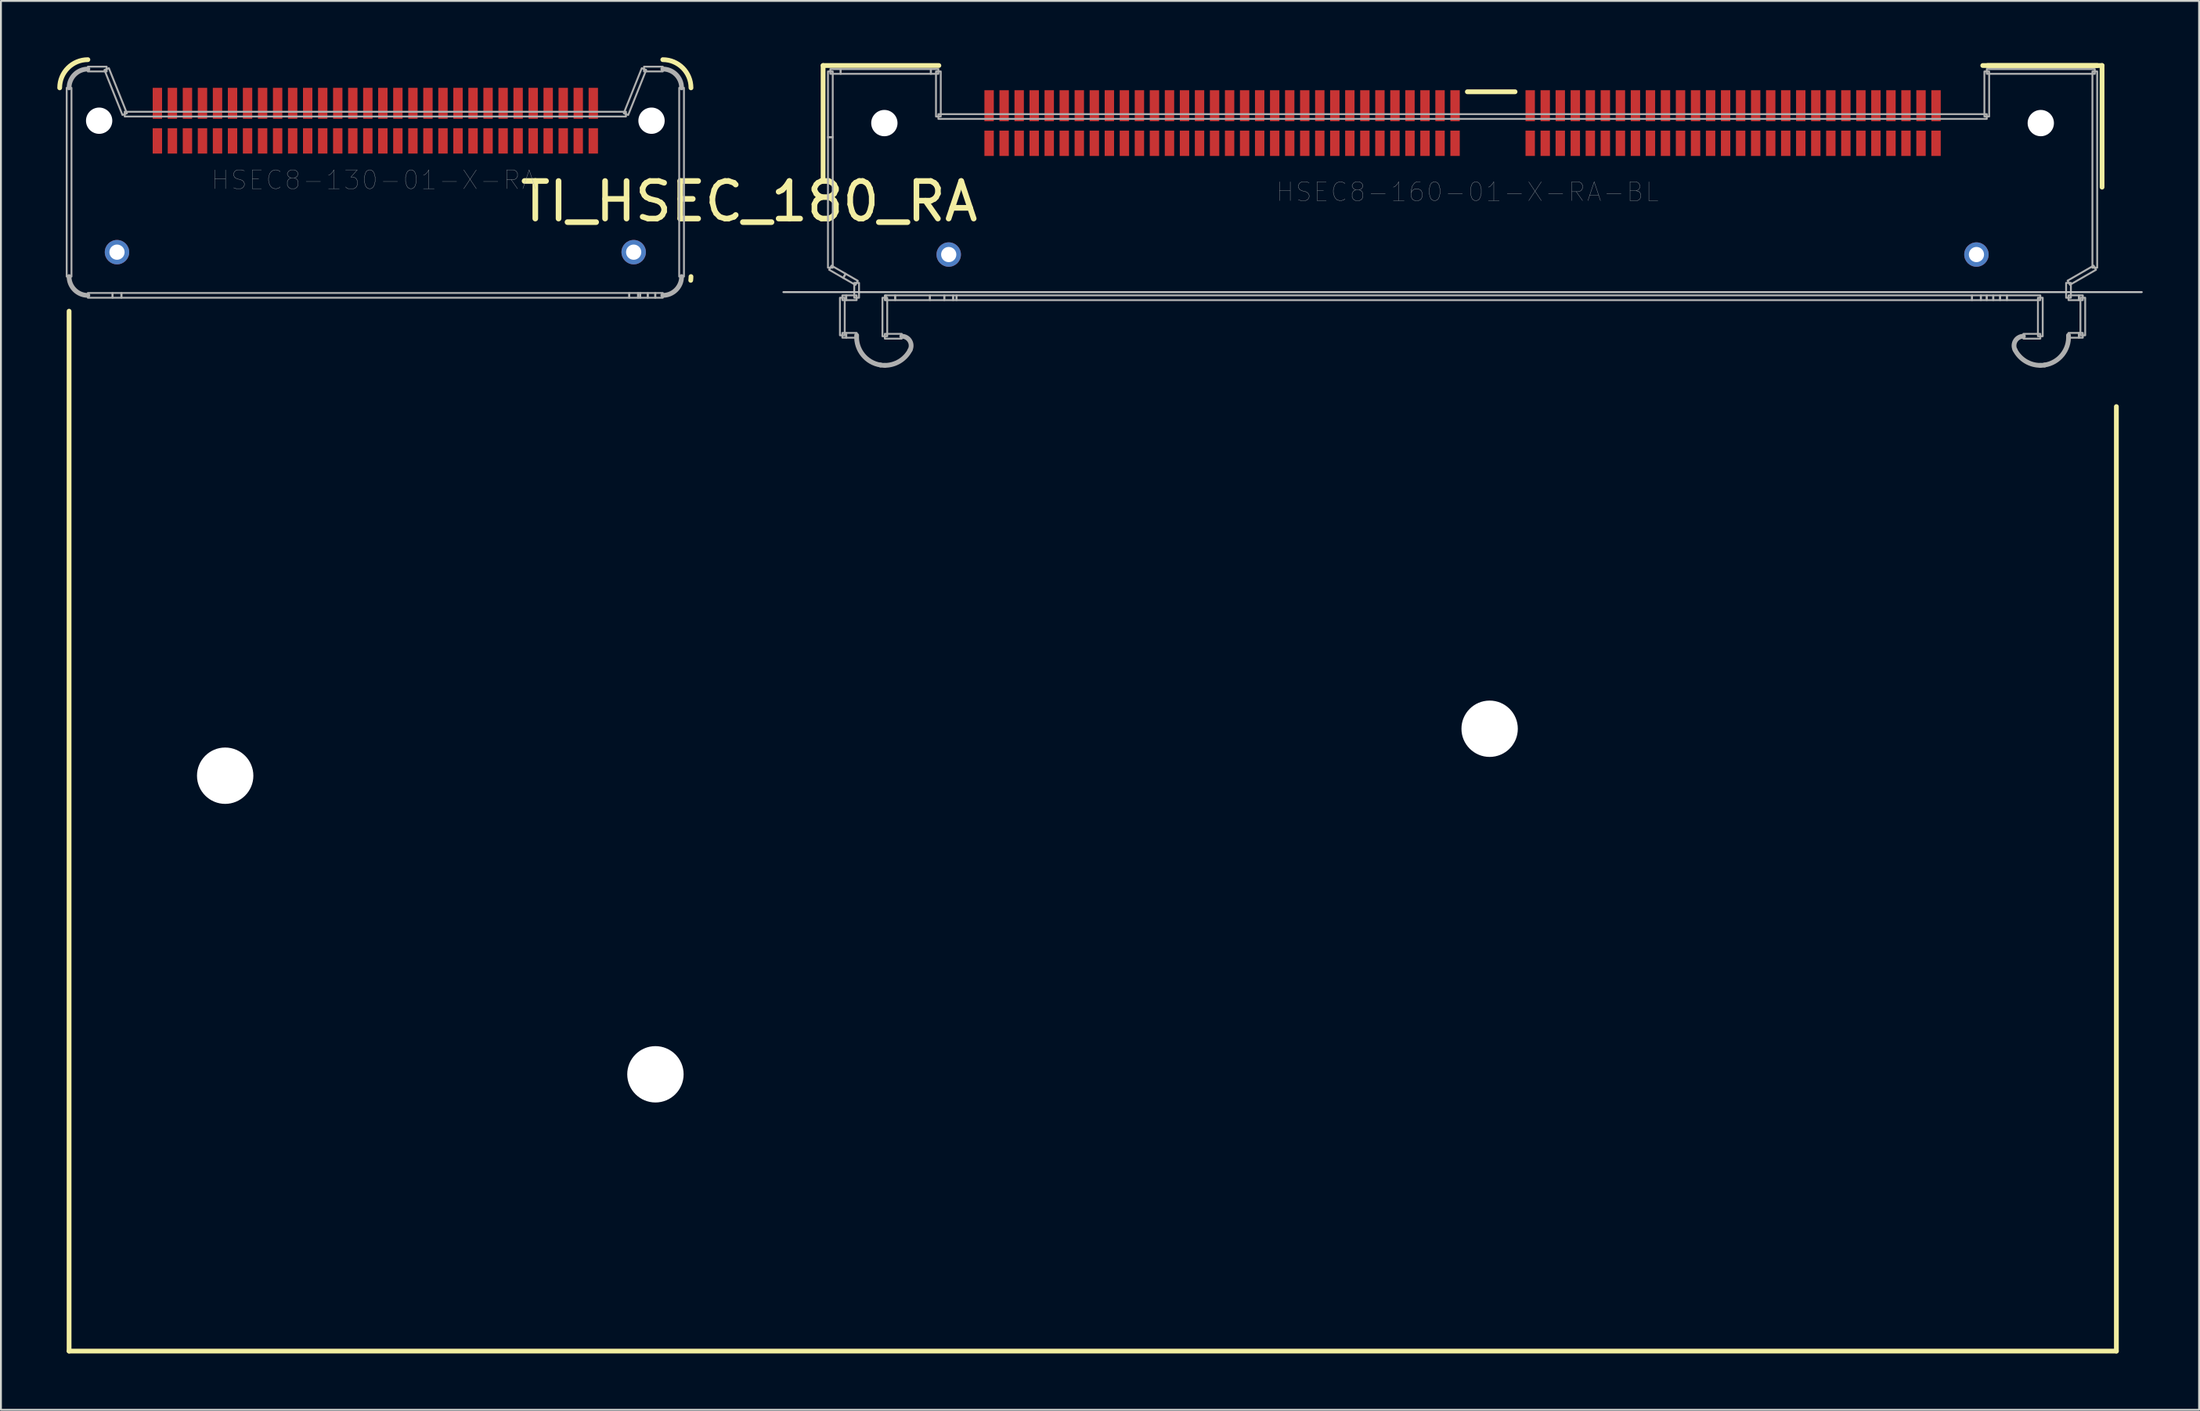
<source format=kicad_pcb>
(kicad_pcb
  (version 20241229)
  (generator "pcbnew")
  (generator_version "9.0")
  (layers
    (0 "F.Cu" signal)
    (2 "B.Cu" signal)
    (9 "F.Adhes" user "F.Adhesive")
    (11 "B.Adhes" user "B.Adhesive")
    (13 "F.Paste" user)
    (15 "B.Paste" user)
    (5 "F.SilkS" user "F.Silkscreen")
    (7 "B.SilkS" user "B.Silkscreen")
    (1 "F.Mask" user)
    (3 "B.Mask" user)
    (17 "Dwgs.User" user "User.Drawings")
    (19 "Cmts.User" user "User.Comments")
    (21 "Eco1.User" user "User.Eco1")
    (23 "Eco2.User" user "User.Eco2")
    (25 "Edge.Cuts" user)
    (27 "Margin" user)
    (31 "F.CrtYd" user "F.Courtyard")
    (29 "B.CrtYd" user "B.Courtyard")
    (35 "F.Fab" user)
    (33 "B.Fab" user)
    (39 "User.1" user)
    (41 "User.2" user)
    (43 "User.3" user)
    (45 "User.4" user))
  (footprint "TI_HSEC_180_RA"
    (layer "F.Cu")
    (at 74.795 12.504)
    (property "Reference" "TI_HSEC_180_RA" (at -37.973 -4.826 0) (layer "F.SilkS") (effects (font (size 2 2) (thickness 0.3))))
    (attr through_hole)
    (fp_line (start -74.168 1.016) (end -74.168 56.388) (stroke (width 0.254) (type solid)) (layer "F.SilkS"))
    (fp_line (start -74.168 56.388) (end 34.798 56.388) (stroke (width 0.254) (type solid)) (layer "F.SilkS"))
    (fp_line (start -34.036 -12.065) (end -27.874 -12.065) (stroke (width 0.254) (type solid)) (layer "F.SilkS"))
    (fp_line (start -34.036 -5.969) (end -34.036 -12.065) (stroke (width 0.254) (type solid)) (layer "F.SilkS"))
    (fp_line (start 0.254 -10.668) (end 2.794 -10.668) (stroke (width 0.254) (type solid)) (layer "F.SilkS"))
    (fp_line (start 27.686 -12.065) (end 33.782 -12.065) (stroke (width 0.254) (type solid)) (layer "F.SilkS"))
    (fp_line (start 27.94 -12.065) (end 34.036 -12.065) (stroke (width 0.254) (type solid)) (layer "F.SilkS"))
    (fp_line (start 34.036 -12.065) (end 34.036 -5.588) (stroke (width 0.254) (type solid)) (layer "F.SilkS"))
    (fp_line (start 34.798 6.096) (end 34.798 56.388) (stroke (width 0.254) (type solid)) (layer "F.SilkS"))
    (fp_arc (start -74.668 -10.877) (mid -74.22866 -11.93766) (end -73.168 -12.377) (stroke (width 0.254) (type solid)) (layer "F.SilkS"))
    (fp_arc (start -42.568 -12.377) (mid -41.50734 -11.93766) (end -41.068 -10.877) (stroke (width 0.254) (type solid)) (layer "F.SilkS"))
    (fp_arc (start -41.068 -0.827) (mid -41.071355 -0.726776) (end -41.0814 -0.627) (stroke (width 0.254) (type solid)) (layer "F.SilkS"))
    (fp_poly (pts (xy -72.253 -2.127) (xy -72.252 -2.16) (xy -72.25 -2.193) (xy -72.245 -2.226) (xy -72.239 -2.259) (xy -72.231 -2.291) (xy -72.222 -2.323) (xy -72.211 -2.355) (xy -72.198 -2.385) (xy -72.184 -2.415) (xy -72.168 -2.445) (xy -72.151 -2.473) (xy -72.132 -2.5) (xy -72.111 -2.527) (xy -72.09 -2.552) (xy -72.067 -2.576) (xy -72.043 -2.599) (xy -72.018 -2.62) (xy -71.991 -2.641) (xy -71.964 -2.66) (xy -71.936 -2.677) (xy -71.906 -2.693) (xy -71.876 -2.707) (xy -71.846 -2.72) (xy -71.814 -2.731) (xy -71.782 -2.74) (xy -71.75 -2.748) (xy -71.717 -2.754) (xy -71.684 -2.759) (xy -71.651 -2.761) (xy -71.618 -2.762) (xy -71.585 -2.761) (xy -71.552 -2.759) (xy -71.519 -2.754) (xy -71.486 -2.748) (xy -71.454 -2.74) (xy -71.422 -2.731) (xy -71.39 -2.72) (xy -71.36 -2.707) (xy -71.33 -2.693) (xy -71.3 -2.677) (xy -71.272 -2.66) (xy -71.245 -2.641) (xy -71.218 -2.62) (xy -71.193 -2.599) (xy -71.169 -2.576) (xy -71.146 -2.552) (xy -71.125 -2.527) (xy -71.104 -2.5) (xy -71.085 -2.473) (xy -71.068 -2.445) (xy -71.052 -2.415) (xy -71.038 -2.385) (xy -71.025 -2.355) (xy -71.014 -2.323) (xy -71.005 -2.291) (xy -70.997 -2.259) (xy -70.991 -2.226) (xy -70.986 -2.193) (xy -70.984 -2.16) (xy -70.983 -2.127) (xy -70.984 -2.094) (xy -70.986 -2.061) (xy -70.991 -2.028) (xy -70.997 -1.995) (xy -71.005 -1.963) (xy -71.014 -1.931) (xy -71.025 -1.899) (xy -71.038 -1.869) (xy -71.052 -1.839) (xy -71.068 -1.81) (xy -71.085 -1.781) (xy -71.104 -1.754) (xy -71.125 -1.727) (xy -71.146 -1.702) (xy -71.169 -1.678) (xy -71.193 -1.655) (xy -71.218 -1.634) (xy -71.245 -1.613) (xy -71.272 -1.594) (xy -71.3 -1.577) (xy -71.33 -1.561) (xy -71.36 -1.547) (xy -71.39 -1.534) (xy -71.422 -1.523) (xy -71.454 -1.514) (xy -71.486 -1.506) (xy -71.519 -1.5) (xy -71.552 -1.495) (xy -71.585 -1.493) (xy -71.618 -1.492) (xy -71.651 -1.493) (xy -71.684 -1.495) (xy -71.717 -1.5) (xy -71.75 -1.506) (xy -71.782 -1.514) (xy -71.814 -1.523) (xy -71.846 -1.534) (xy -71.876 -1.547) (xy -71.906 -1.561) (xy -71.936 -1.577) (xy -71.964 -1.594) (xy -71.991 -1.613) (xy -72.018 -1.634) (xy -72.043 -1.655) (xy -72.067 -1.678) (xy -72.09 -1.702) (xy -72.111 -1.727) (xy -72.132 -1.754) (xy -72.151 -1.781) (xy -72.168 -1.81) (xy -72.184 -1.839) (xy -72.198 -1.869) (xy -72.211 -1.899) (xy -72.222 -1.931) (xy -72.231 -1.963) (xy -72.239 -1.995) (xy -72.245 -2.028) (xy -72.25 -2.061) (xy -72.252 -2.094) (xy -72.253 -2.127)) (stroke (width 0.127) (type solid)) (fill yes) (layer "F.Paste"))
    (fp_poly (pts (xy -44.753 -2.127) (xy -44.752 -2.16) (xy -44.75 -2.193) (xy -44.745 -2.226) (xy -44.739 -2.259) (xy -44.731 -2.291) (xy -44.722 -2.323) (xy -44.711 -2.355) (xy -44.698 -2.385) (xy -44.684 -2.415) (xy -44.668 -2.445) (xy -44.651 -2.473) (xy -44.632 -2.5) (xy -44.611 -2.527) (xy -44.59 -2.552) (xy -44.567 -2.576) (xy -44.543 -2.599) (xy -44.518 -2.62) (xy -44.491 -2.641) (xy -44.464 -2.66) (xy -44.435 -2.677) (xy -44.406 -2.693) (xy -44.376 -2.707) (xy -44.346 -2.72) (xy -44.314 -2.731) (xy -44.282 -2.74) (xy -44.25 -2.748) (xy -44.217 -2.754) (xy -44.184 -2.759) (xy -44.151 -2.761) (xy -44.118 -2.762) (xy -44.085 -2.761) (xy -44.052 -2.759) (xy -44.019 -2.754) (xy -43.986 -2.748) (xy -43.954 -2.74) (xy -43.922 -2.731) (xy -43.89 -2.72) (xy -43.86 -2.707) (xy -43.83 -2.693) (xy -43.8 -2.677) (xy -43.772 -2.66) (xy -43.745 -2.641) (xy -43.718 -2.62) (xy -43.693 -2.599) (xy -43.669 -2.576) (xy -43.646 -2.552) (xy -43.625 -2.527) (xy -43.604 -2.5) (xy -43.585 -2.473) (xy -43.568 -2.445) (xy -43.552 -2.415) (xy -43.538 -2.385) (xy -43.525 -2.355) (xy -43.514 -2.323) (xy -43.505 -2.291) (xy -43.497 -2.259) (xy -43.491 -2.226) (xy -43.486 -2.193) (xy -43.484 -2.16) (xy -43.483 -2.127) (xy -43.484 -2.094) (xy -43.486 -2.061) (xy -43.491 -2.028) (xy -43.497 -1.995) (xy -43.505 -1.963) (xy -43.514 -1.931) (xy -43.525 -1.899) (xy -43.538 -1.869) (xy -43.552 -1.839) (xy -43.568 -1.81) (xy -43.585 -1.781) (xy -43.604 -1.754) (xy -43.625 -1.727) (xy -43.646 -1.702) (xy -43.669 -1.678) (xy -43.693 -1.655) (xy -43.718 -1.634) (xy -43.745 -1.613) (xy -43.772 -1.594) (xy -43.8 -1.577) (xy -43.83 -1.561) (xy -43.86 -1.547) (xy -43.89 -1.534) (xy -43.922 -1.523) (xy -43.954 -1.514) (xy -43.986 -1.506) (xy -44.019 -1.5) (xy -44.052 -1.495) (xy -44.085 -1.493) (xy -44.118 -1.492) (xy -44.151 -1.493) (xy -44.184 -1.495) (xy -44.217 -1.5) (xy -44.25 -1.506) (xy -44.282 -1.514) (xy -44.314 -1.523) (xy -44.346 -1.534) (xy -44.376 -1.547) (xy -44.406 -1.561) (xy -44.435 -1.577) (xy -44.464 -1.594) (xy -44.491 -1.613) (xy -44.518 -1.634) (xy -44.543 -1.655) (xy -44.567 -1.678) (xy -44.59 -1.702) (xy -44.611 -1.727) (xy -44.632 -1.754) (xy -44.651 -1.781) (xy -44.668 -1.81) (xy -44.684 -1.839) (xy -44.698 -1.869) (xy -44.711 -1.899) (xy -44.722 -1.931) (xy -44.731 -1.963) (xy -44.739 -1.995) (xy -44.745 -2.028) (xy -44.75 -2.061) (xy -44.752 -2.094) (xy -44.753 -2.127)) (stroke (width 0.127) (type solid)) (fill yes) (layer "F.Paste"))
    (fp_poly (pts (xy -27.985 -2) (xy -27.984 -2.033) (xy -27.982 -2.066) (xy -27.977 -2.099) (xy -27.971 -2.132) (xy -27.963 -2.164) (xy -27.954 -2.196) (xy -27.943 -2.228) (xy -27.93 -2.258) (xy -27.916 -2.288) (xy -27.9 -2.317) (xy -27.883 -2.346) (xy -27.864 -2.373) (xy -27.843 -2.4) (xy -27.822 -2.425) (xy -27.799 -2.449) (xy -27.775 -2.472) (xy -27.75 -2.493) (xy -27.723 -2.514) (xy -27.696 -2.533) (xy -27.668 -2.55) (xy -27.638 -2.566) (xy -27.608 -2.58) (xy -27.578 -2.593) (xy -27.546 -2.604) (xy -27.514 -2.613) (xy -27.482 -2.621) (xy -27.449 -2.627) (xy -27.416 -2.632) (xy -27.383 -2.634) (xy -27.35 -2.635) (xy -27.317 -2.634) (xy -27.284 -2.632) (xy -27.251 -2.627) (xy -27.218 -2.621) (xy -27.186 -2.613) (xy -27.154 -2.604) (xy -27.122 -2.593) (xy -27.092 -2.58) (xy -27.062 -2.566) (xy -27.032 -2.55) (xy -27.004 -2.533) (xy -26.977 -2.514) (xy -26.95 -2.493) (xy -26.925 -2.472) (xy -26.901 -2.449) (xy -26.878 -2.425) (xy -26.857 -2.4) (xy -26.836 -2.373) (xy -26.817 -2.346) (xy -26.8 -2.317) (xy -26.784 -2.288) (xy -26.77 -2.258) (xy -26.757 -2.228) (xy -26.746 -2.196) (xy -26.737 -2.164) (xy -26.729 -2.132) (xy -26.723 -2.099) (xy -26.718 -2.066) (xy -26.716 -2.033) (xy -26.715 -2) (xy -26.716 -1.967) (xy -26.718 -1.934) (xy -26.723 -1.901) (xy -26.729 -1.868) (xy -26.737 -1.836) (xy -26.746 -1.804) (xy -26.757 -1.772) (xy -26.77 -1.742) (xy -26.784 -1.712) (xy -26.8 -1.683) (xy -26.817 -1.654) (xy -26.836 -1.627) (xy -26.857 -1.6) (xy -26.878 -1.575) (xy -26.901 -1.551) (xy -26.925 -1.528) (xy -26.95 -1.507) (xy -26.977 -1.486) (xy -27.004 -1.467) (xy -27.032 -1.45) (xy -27.062 -1.434) (xy -27.092 -1.42) (xy -27.122 -1.407) (xy -27.154 -1.396) (xy -27.186 -1.387) (xy -27.218 -1.379) (xy -27.251 -1.373) (xy -27.284 -1.368) (xy -27.317 -1.366) (xy -27.35 -1.365) (xy -27.383 -1.366) (xy -27.416 -1.368) (xy -27.449 -1.373) (xy -27.482 -1.379) (xy -27.514 -1.387) (xy -27.546 -1.396) (xy -27.578 -1.407) (xy -27.608 -1.42) (xy -27.638 -1.434) (xy -27.668 -1.45) (xy -27.696 -1.467) (xy -27.723 -1.486) (xy -27.75 -1.507) (xy -27.775 -1.528) (xy -27.799 -1.551) (xy -27.822 -1.575) (xy -27.843 -1.6) (xy -27.864 -1.627) (xy -27.883 -1.654) (xy -27.9 -1.683) (xy -27.916 -1.712) (xy -27.93 -1.742) (xy -27.943 -1.772) (xy -27.954 -1.804) (xy -27.963 -1.836) (xy -27.971 -1.868) (xy -27.977 -1.901) (xy -27.982 -1.934) (xy -27.984 -1.967) (xy -27.985 -2)) (stroke (width 0.127) (type solid)) (fill yes) (layer "F.Paste"))
    (fp_poly (pts (xy 26.715 -2) (xy 26.716 -2.033) (xy 26.718 -2.066) (xy 26.723 -2.099) (xy 26.729 -2.132) (xy 26.737 -2.164) (xy 26.746 -2.196) (xy 26.757 -2.228) (xy 26.77 -2.258) (xy 26.784 -2.288) (xy 26.8 -2.317) (xy 26.817 -2.346) (xy 26.836 -2.373) (xy 26.857 -2.4) (xy 26.878 -2.425) (xy 26.901 -2.449) (xy 26.925 -2.472) (xy 26.95 -2.493) (xy 26.977 -2.514) (xy 27.004 -2.533) (xy 27.032 -2.55) (xy 27.062 -2.566) (xy 27.092 -2.58) (xy 27.122 -2.593) (xy 27.154 -2.604) (xy 27.186 -2.613) (xy 27.218 -2.621) (xy 27.251 -2.627) (xy 27.284 -2.632) (xy 27.317 -2.634) (xy 27.35 -2.635) (xy 27.383 -2.634) (xy 27.416 -2.632) (xy 27.449 -2.627) (xy 27.482 -2.621) (xy 27.514 -2.613) (xy 27.546 -2.604) (xy 27.578 -2.593) (xy 27.608 -2.58) (xy 27.638 -2.566) (xy 27.668 -2.55) (xy 27.696 -2.533) (xy 27.723 -2.514) (xy 27.75 -2.493) (xy 27.775 -2.472) (xy 27.799 -2.449) (xy 27.822 -2.425) (xy 27.843 -2.4) (xy 27.864 -2.373) (xy 27.883 -2.346) (xy 27.9 -2.317) (xy 27.916 -2.288) (xy 27.93 -2.258) (xy 27.943 -2.228) (xy 27.954 -2.196) (xy 27.963 -2.164) (xy 27.971 -2.132) (xy 27.977 -2.099) (xy 27.982 -2.066) (xy 27.984 -2.033) (xy 27.985 -2) (xy 27.984 -1.967) (xy 27.982 -1.934) (xy 27.977 -1.901) (xy 27.971 -1.868) (xy 27.963 -1.836) (xy 27.954 -1.804) (xy 27.943 -1.772) (xy 27.93 -1.742) (xy 27.916 -1.712) (xy 27.9 -1.683) (xy 27.883 -1.654) (xy 27.864 -1.627) (xy 27.843 -1.6) (xy 27.822 -1.575) (xy 27.799 -1.551) (xy 27.775 -1.528) (xy 27.75 -1.507) (xy 27.723 -1.486) (xy 27.696 -1.467) (xy 27.668 -1.45) (xy 27.638 -1.434) (xy 27.608 -1.42) (xy 27.578 -1.407) (xy 27.546 -1.396) (xy 27.514 -1.387) (xy 27.482 -1.379) (xy 27.449 -1.373) (xy 27.416 -1.368) (xy 27.383 -1.366) (xy 27.35 -1.365) (xy 27.317 -1.366) (xy 27.284 -1.368) (xy 27.251 -1.373) (xy 27.218 -1.379) (xy 27.186 -1.387) (xy 27.154 -1.396) (xy 27.122 -1.407) (xy 27.092 -1.42) (xy 27.062 -1.434) (xy 27.032 -1.45) (xy 27.004 -1.467) (xy 26.977 -1.486) (xy 26.95 -1.507) (xy 26.925 -1.528) (xy 26.901 -1.551) (xy 26.878 -1.575) (xy 26.857 -1.6) (xy 26.836 -1.627) (xy 26.817 -1.654) (xy 26.8 -1.683) (xy 26.784 -1.712) (xy 26.77 -1.742) (xy 26.757 -1.772) (xy 26.746 -1.804) (xy 26.737 -1.836) (xy 26.729 -1.868) (xy 26.723 -1.901) (xy 26.718 -1.934) (xy 26.716 -1.967) (xy 26.715 -2)) (stroke (width 0.127) (type solid)) (fill yes) (layer "F.Paste"))
    (fp_line (start -36.15 0) (end 36.15 0) (stroke (width 0.1) (type solid)) (layer "Dwgs.User"))
    (fp_arc (start -74.168 -10.877) (mid -73.875107 -11.584107) (end -73.168 -11.877) (stroke (width 0.254) (type solid)) (layer "F.Fab"))
    (fp_arc (start -73.168 0.173) (mid -73.875107 -0.119893) (end -74.168 -0.827) (stroke (width 0.254) (type solid)) (layer "F.Fab"))
    (fp_arc (start -42.568 -11.877) (mid -41.860893 -11.584107) (end -41.568 -10.877) (stroke (width 0.254) (type solid)) (layer "F.Fab"))
    (fp_arc (start -41.568 -0.827) (mid -41.860893 -0.119893) (end -42.568 0.173) (stroke (width 0.254) (type solid)) (layer "F.Fab"))
    (fp_arc (start -30.9808 3.8822) (mid -31.921664 3.336777) (end -32.250001 2.3) (stroke (width 0.254) (type solid)) (layer "F.Fab"))
    (fp_arc (start -30.75 3.9) (mid -30.865746 3.895509) (end -30.9808 3.8821) (stroke (width 0.254) (type solid)) (layer "F.Fab"))
    (fp_arc (start -29.85 2.35) (mid -29.423366 2.589284) (end -29.4051 3.078099) (stroke (width 0.254) (type solid)) (layer "F.Fab"))
    (fp_arc (start -29.4051 3.0781) (mid -29.961921 3.678258) (end -30.750001 3.9) (stroke (width 0.254) (type solid)) (layer "F.Fab"))
    (fp_arc (start 29.4051 3.078099) (mid 29.423366 2.589284) (end 29.85 2.35) (stroke (width 0.254) (type solid)) (layer "F.Fab"))
    (fp_arc (start 30.750001 3.9) (mid 29.961921 3.678258) (end 29.4051 3.0781) (stroke (width 0.254) (type solid)) (layer "F.Fab"))
    (fp_arc (start 30.9808 3.8821) (mid 30.865746 3.895509) (end 30.75 3.9) (stroke (width 0.254) (type solid)) (layer "F.Fab"))
    (fp_arc (start 32.250001 2.3) (mid 31.921664 3.336777) (end 30.9808 3.8822) (stroke (width 0.254) (type solid)) (layer "F.Fab"))
    (fp_poly (pts (xy -74.041 -10.877) (xy -74.295 -10.877) (xy -74.295 -0.827) (xy -74.041 -0.827)) (stroke (width 0.1) (type solid)) (fill no) (layer "F.Fab"))
    (fp_poly (pts (xy -73.168 0.046) (xy -73.168 0.3) (xy -71.853 0.3) (xy -71.853 0.046)) (stroke (width 0.1) (type solid)) (fill no) (layer "F.Fab"))
    (fp_poly (pts (xy -72.168 -11.75) (xy -72.168 -12.004) (xy -73.168 -12.004) (xy -73.168 -11.75)) (stroke (width 0.1) (type solid)) (fill no) (layer "F.Fab"))
    (fp_poly (pts (xy -71.853 0.046) (xy -71.853 0.3) (xy -71.383 0.3) (xy -71.383 0.046)) (stroke (width 0.1) (type solid)) (fill no) (layer "F.Fab"))
    (fp_poly (pts (xy -71.383 0.046) (xy -71.383 0.3) (xy -44.353 0.3) (xy -44.353 0.046)) (stroke (width 0.1) (type solid)) (fill no) (layer "F.Fab"))
    (fp_poly (pts (xy -71.326 -9.43) (xy -71.09 -9.524) (xy -72.05 -11.924) (xy -72.286 -11.83)) (stroke (width 0.1) (type solid)) (fill no) (layer "F.Fab"))
    (fp_poly (pts (xy -44.528 -9.35) (xy -44.528 -9.604) (xy -71.208 -9.604) (xy -71.208 -9.35)) (stroke (width 0.1) (type solid)) (fill no) (layer "F.Fab"))
    (fp_poly (pts (xy -44.353 0.046) (xy -44.353 0.3) (xy -43.883 0.3) (xy -43.883 0.046)) (stroke (width 0.1) (type solid)) (fill no) (layer "F.Fab"))
    (fp_poly (pts (xy -43.883 0.046) (xy -43.883 0.3) (xy -43.768 0.3) (xy -43.768 0.046)) (stroke (width 0.1) (type solid)) (fill no) (layer "F.Fab"))
    (fp_poly (pts (xy -43.768 0.046) (xy -43.768 0.3) (xy -43.368 0.3) (xy -43.368 0.046)) (stroke (width 0.1) (type solid)) (fill no) (layer "F.Fab"))
    (fp_poly (pts (xy -43.45 -11.83) (xy -43.686 -11.924) (xy -44.646 -9.524) (xy -44.41 -9.43)) (stroke (width 0.1) (type solid)) (fill no) (layer "F.Fab"))
    (fp_poly (pts (xy -43.368 0.046) (xy -43.368 0.3) (xy -42.968 0.3) (xy -42.968 0.046)) (stroke (width 0.1) (type solid)) (fill no) (layer "F.Fab"))
    (fp_poly (pts (xy -42.968 0.046) (xy -42.968 0.3) (xy -42.568 0.3) (xy -42.568 0.046)) (stroke (width 0.1) (type solid)) (fill no) (layer "F.Fab"))
    (fp_poly (pts (xy -42.568 -11.75) (xy -42.568 -12.004) (xy -43.568 -12.004) (xy -43.568 -11.75)) (stroke (width 0.1) (type solid)) (fill no) (layer "F.Fab"))
    (fp_poly (pts (xy -41.695 -0.827) (xy -41.441 -0.827) (xy -41.441 -10.877) (xy -41.695 -10.877)) (stroke (width 0.1) (type solid)) (fill no) (layer "F.Fab"))
    (fp_poly (pts (xy -33.587 -1.41) (xy -33.714 -1.19) (xy -32.964 -0.757) (xy -32.837 -0.977)) (stroke (width 0.1) (type solid)) (fill no) (layer "F.Fab"))
    (fp_poly (pts (xy -33.523 -11.75) (xy -33.777 -11.75) (xy -33.777 -8.25) (xy -33.523 -8.25)) (stroke (width 0.1) (type solid)) (fill no) (layer "F.Fab"))
    (fp_poly (pts (xy -33.523 -8.25) (xy -33.777 -8.25) (xy -33.777 -1.3) (xy -33.523 -1.3)) (stroke (width 0.1) (type solid)) (fill no) (layer "F.Fab"))
    (fp_poly (pts (xy -33.1 -11.623) (xy -33.1 -11.877) (xy -33.65 -11.877) (xy -33.65 -11.623)) (stroke (width 0.1) (type solid)) (fill no) (layer "F.Fab"))
    (fp_poly (pts (xy -33.012 2.173) (xy -33.012 2.427) (xy -32.804 2.427) (xy -32.804 2.173)) (stroke (width 0.1) (type solid)) (fill no) (layer "F.Fab"))
    (fp_poly (pts (xy -32.885 0.3) (xy -33.139 0.3) (xy -33.139 2.3) (xy -32.885 2.3)) (stroke (width 0.1) (type solid)) (fill no) (layer "F.Fab"))
    (fp_poly (pts (xy -32.837 -0.977) (xy -32.964 -0.757) (xy -32.313 -0.382) (xy -32.187 -0.602)) (stroke (width 0.1) (type solid)) (fill no) (layer "F.Fab"))
    (fp_poly (pts (xy -32.804 0.427) (xy -32.804 0.173) (xy -33.012 0.173) (xy -33.012 0.427)) (stroke (width 0.1) (type solid)) (fill no) (layer "F.Fab"))
    (fp_poly (pts (xy -32.804 2.173) (xy -32.804 2.427) (xy -32.25 2.427) (xy -32.25 2.173)) (stroke (width 0.1) (type solid)) (fill no) (layer "F.Fab"))
    (fp_poly (pts (xy -32.25 0.427) (xy -32.25 0.173) (xy -32.804 0.173) (xy -32.804 0.427)) (stroke (width 0.1) (type solid)) (fill no) (layer "F.Fab"))
    (fp_poly (pts (xy -32.123 -0.492) (xy -32.377 -0.492) (xy -32.377 0.3) (xy -32.123 0.3)) (stroke (width 0.1) (type solid)) (fill no) (layer "F.Fab"))
    (fp_poly (pts (xy -30.877 2.35) (xy -30.623 2.35) (xy -30.623 0.3) (xy -30.877 0.3)) (stroke (width 0.1) (type solid)) (fill no) (layer "F.Fab"))
    (fp_poly (pts (xy -30.75 0.173) (xy -30.75 0.427) (xy -30.7 0.427) (xy -30.7 0.173)) (stroke (width 0.1) (type solid)) (fill no) (layer "F.Fab"))
    (fp_poly (pts (xy -30.7 0.173) (xy -30.7 0.427) (xy -30.2 0.427) (xy -30.2 0.173)) (stroke (width 0.1) (type solid)) (fill no) (layer "F.Fab"))
    (fp_poly (pts (xy -30.2 0.173) (xy -30.2 0.427) (xy -28.35 0.427) (xy -28.35 0.173)) (stroke (width 0.1) (type solid)) (fill no) (layer "F.Fab"))
    (fp_poly (pts (xy -29.85 2.477) (xy -29.85 2.223) (xy -30.75 2.223) (xy -30.75 2.477)) (stroke (width 0.1) (type solid)) (fill no) (layer "F.Fab"))
    (fp_poly (pts (xy -28.35 0.173) (xy -28.35 0.427) (xy -27.585 0.427) (xy -27.585 0.173)) (stroke (width 0.1) (type solid)) (fill no) (layer "F.Fab"))
    (fp_poly (pts (xy -28.3 -11.623) (xy -28.3 -11.877) (xy -33.1 -11.877) (xy -33.1 -11.623)) (stroke (width 0.1) (type solid)) (fill no) (layer "F.Fab"))
    (fp_poly (pts (xy -28.027 -9.35) (xy -27.773 -9.35) (xy -27.773 -11.75) (xy -28.027 -11.75)) (stroke (width 0.1) (type solid)) (fill no) (layer "F.Fab"))
    (fp_poly (pts (xy -27.9 -11.623) (xy -27.9 -11.877) (xy -28.3 -11.877) (xy -28.3 -11.623)) (stroke (width 0.1) (type solid)) (fill no) (layer "F.Fab"))
    (fp_poly (pts (xy -27.585 0.173) (xy -27.585 0.427) (xy -27.115 0.427) (xy -27.115 0.173)) (stroke (width 0.1) (type solid)) (fill no) (layer "F.Fab"))
    (fp_poly (pts (xy -27.115 0.173) (xy -27.115 0.427) (xy -26.931 0.427) (xy -26.931 0.173)) (stroke (width 0.1) (type solid)) (fill no) (layer "F.Fab"))
    (fp_poly (pts (xy -26.931 0.173) (xy -26.931 0.427) (xy 27.115 0.427) (xy 27.115 0.173)) (stroke (width 0.1) (type solid)) (fill no) (layer "F.Fab"))
    (fp_poly (pts (xy 27.115 0.173) (xy 27.115 0.427) (xy 27.585 0.427) (xy 27.585 0.173)) (stroke (width 0.1) (type solid)) (fill no) (layer "F.Fab"))
    (fp_poly (pts (xy 27.585 0.173) (xy 27.585 0.427) (xy 27.9 0.427) (xy 27.9 0.173)) (stroke (width 0.1) (type solid)) (fill no) (layer "F.Fab"))
    (fp_poly (pts (xy 27.9 -9.223) (xy 27.9 -9.477) (xy -27.9 -9.477) (xy -27.9 -9.223)) (stroke (width 0.1) (type solid)) (fill no) (layer "F.Fab"))
    (fp_poly (pts (xy 27.9 0.173) (xy 27.9 0.427) (xy 28.246 0.427) (xy 28.246 0.173)) (stroke (width 0.1) (type solid)) (fill no) (layer "F.Fab"))
    (fp_poly (pts (xy 28.027 -11.75) (xy 27.773 -11.75) (xy 27.773 -9.35) (xy 28.027 -9.35)) (stroke (width 0.1) (type solid)) (fill no) (layer "F.Fab"))
    (fp_poly (pts (xy 28.246 0.173) (xy 28.246 0.427) (xy 28.61 0.427) (xy 28.61 0.173)) (stroke (width 0.1) (type solid)) (fill no) (layer "F.Fab"))
    (fp_poly (pts (xy 28.61 0.173) (xy 28.61 0.427) (xy 28.974 0.427) (xy 28.974 0.173)) (stroke (width 0.1) (type solid)) (fill no) (layer "F.Fab"))
    (fp_poly (pts (xy 28.974 0.173) (xy 28.974 0.427) (xy 30.75 0.427) (xy 30.75 0.173)) (stroke (width 0.1) (type solid)) (fill no) (layer "F.Fab"))
    (fp_poly (pts (xy 30.75 2.477) (xy 30.75 2.223) (xy 29.85 2.223) (xy 29.85 2.477)) (stroke (width 0.1) (type solid)) (fill no) (layer "F.Fab"))
    (fp_poly (pts (xy 30.877 0.3) (xy 30.623 0.3) (xy 30.623 2.35) (xy 30.877 2.35)) (stroke (width 0.1) (type solid)) (fill no) (layer "F.Fab"))
    (fp_poly (pts (xy 32.201 -0.61) (xy 32.328 -0.39) (xy 33.714 -1.19) (xy 33.587 -1.41)) (stroke (width 0.1) (type solid)) (fill no) (layer "F.Fab"))
    (fp_poly (pts (xy 32.25 0.173) (xy 32.25 0.427) (xy 32.804 0.427) (xy 32.804 0.173)) (stroke (width 0.1) (type solid)) (fill no) (layer "F.Fab"))
    (fp_poly (pts (xy 32.377 -0.492) (xy 32.123 -0.492) (xy 32.123 0.3) (xy 32.377 0.3)) (stroke (width 0.1) (type solid)) (fill no) (layer "F.Fab"))
    (fp_poly (pts (xy 32.804 0.173) (xy 32.804 0.427) (xy 33.012 0.427) (xy 33.012 0.173)) (stroke (width 0.1) (type solid)) (fill no) (layer "F.Fab"))
    (fp_poly (pts (xy 32.804 2.427) (xy 32.804 2.173) (xy 32.25 2.173) (xy 32.25 2.427)) (stroke (width 0.1) (type solid)) (fill no) (layer "F.Fab"))
    (fp_poly (pts (xy 33.012 2.427) (xy 33.012 2.173) (xy 32.804 2.173) (xy 32.804 2.427)) (stroke (width 0.1) (type solid)) (fill no) (layer "F.Fab"))
    (fp_poly (pts (xy 33.139 0.3) (xy 32.885 0.3) (xy 32.885 2.3) (xy 33.139 2.3)) (stroke (width 0.1) (type solid)) (fill no) (layer "F.Fab"))
    (fp_poly (pts (xy 33.523 -1.3) (xy 33.777 -1.3) (xy 33.777 -11.75) (xy 33.523 -11.75)) (stroke (width 0.1) (type solid)) (fill no) (layer "F.Fab"))
    (fp_poly (pts (xy 33.65 -11.623) (xy 33.65 -11.877) (xy 27.9 -11.877) (xy 27.9 -11.623)) (stroke (width 0.1) (type solid)) (fill no) (layer "F.Fab"))
    (fp_text user "HSEC8-160-01-X-RA-BL" (at 0.254 -5.334 0) (layer "F.Fab") (effects (font (size 1.002 1.002) (thickness 0.015))))
    (fp_text user "HSEC8-130-01-X-RA" (at -57.951 -5.969 0) (layer "F.Fab") (effects (font (size 1.001 1.001) (thickness 0.015))))
    (pad "" np_thru_hole circle (at -72.568 -9.127) (size 1.4 1.4) (drill 1.4) (layers "*.Cu" "*.Mask"))
    (pad "" np_thru_hole circle (at -65.86 25.75) (size 3 3) (drill 3) (layers "*.Cu" "*.Mask"))
    (pad "" np_thru_hole circle (at -43.168 -9.127) (size 1.4 1.4) (drill 1.4) (layers "*.Cu" "*.Mask"))
    (pad "" np_thru_hole circle (at -42.96 41.65) (size 3 3) (drill 3) (layers "*.Cu" "*.Mask"))
    (pad "" np_thru_hole circle (at -30.775 -9) (size 1.4 1.4) (drill 1.4) (layers "*.Cu" "*.Mask"))
    (pad "" np_thru_hole circle (at 1.44 23.25) (size 3 3) (drill 3) (layers "*.Cu" "*.Mask"))
    (pad "" np_thru_hole circle (at 30.775 -9) (size 1.4 1.4) (drill 1.4) (layers "*.Cu" "*.Mask"))
    (pad "1" smd rect (at 25.2 -9.925) (size 0.5 1.65) (layers "F.Cu" "F.Mask" "F.Paste"))
    (pad "2" smd rect (at 25.2 -7.925) (size 0.5 1.35) (layers "F.Cu" "F.Mask" "F.Paste"))
    (pad "3" smd rect (at 24.4 -9.925) (size 0.5 1.65) (layers "F.Cu" "F.Mask" "F.Paste"))
    (pad "4" smd rect (at 24.4 -7.925) (size 0.5 1.35) (layers "F.Cu" "F.Mask" "F.Paste"))
    (pad "5" smd rect (at 23.6 -9.925) (size 0.5 1.65) (layers "F.Cu" "F.Mask" "F.Paste"))
    (pad "6" smd rect (at 23.6 -7.925) (size 0.5 1.35) (layers "F.Cu" "F.Mask" "F.Paste"))
    (pad "7" smd rect (at 22.8 -9.925) (size 0.5 1.65) (layers "F.Cu" "F.Mask" "F.Paste"))
    (pad "8" smd rect (at 22.8 -7.925) (size 0.5 1.35) (layers "F.Cu" "F.Mask" "F.Paste"))
    (pad "9" smd rect (at 22 -9.925) (size 0.5 1.65) (layers "F.Cu" "F.Mask" "F.Paste"))
    (pad "10" smd rect (at 22 -7.925) (size 0.5 1.35) (layers "F.Cu" "F.Mask" "F.Paste"))
    (pad "11" smd rect (at 21.2 -9.925) (size 0.5 1.65) (layers "F.Cu" "F.Mask" "F.Paste"))
    (pad "12" smd rect (at 21.2 -7.925) (size 0.5 1.35) (layers "F.Cu" "F.Mask" "F.Paste"))
    (pad "13" smd rect (at 20.4 -9.925) (size 0.5 1.65) (layers "F.Cu" "F.Mask" "F.Paste"))
    (pad "14" smd rect (at 20.4 -7.925) (size 0.5 1.35) (layers "F.Cu" "F.Mask" "F.Paste"))
    (pad "15" smd rect (at 19.6 -9.925) (size 0.5 1.65) (layers "F.Cu" "F.Mask" "F.Paste"))
    (pad "16" smd rect (at 19.6 -7.925) (size 0.5 1.35) (layers "F.Cu" "F.Mask" "F.Paste"))
    (pad "17" smd rect (at 18.8 -9.925) (size 0.5 1.65) (layers "F.Cu" "F.Mask" "F.Paste"))
    (pad "18" smd rect (at 18.8 -7.925) (size 0.5 1.35) (layers "F.Cu" "F.Mask" "F.Paste"))
    (pad "19" smd rect (at 18 -9.925) (size 0.5 1.65) (layers "F.Cu" "F.Mask" "F.Paste"))
    (pad "20" smd rect (at 18 -7.925) (size 0.5 1.35) (layers "F.Cu" "F.Mask" "F.Paste"))
    (pad "21" smd rect (at 17.2 -9.925) (size 0.5 1.65) (layers "F.Cu" "F.Mask" "F.Paste"))
    (pad "22" smd rect (at 17.2 -7.925) (size 0.5 1.35) (layers "F.Cu" "F.Mask" "F.Paste"))
    (pad "23" smd rect (at 16.4 -9.925) (size 0.5 1.65) (layers "F.Cu" "F.Mask" "F.Paste"))
    (pad "24" smd rect (at 16.4 -7.925) (size 0.5 1.35) (layers "F.Cu" "F.Mask" "F.Paste"))
    (pad "25" smd rect (at 15.6 -9.925) (size 0.5 1.65) (layers "F.Cu" "F.Mask" "F.Paste"))
    (pad "26" smd rect (at 15.6 -7.925) (size 0.5 1.35) (layers "F.Cu" "F.Mask" "F.Paste"))
    (pad "27" smd rect (at 14.8 -9.925) (size 0.5 1.65) (layers "F.Cu" "F.Mask" "F.Paste"))
    (pad "28" smd rect (at 14.8 -7.925) (size 0.5 1.35) (layers "F.Cu" "F.Mask" "F.Paste"))
    (pad "29" smd rect (at 14 -9.925) (size 0.5 1.65) (layers "F.Cu" "F.Mask" "F.Paste"))
    (pad "30" smd rect (at 14 -7.925) (size 0.5 1.35) (layers "F.Cu" "F.Mask" "F.Paste"))
    (pad "31" smd rect (at 13.2 -9.925) (size 0.5 1.65) (layers "F.Cu" "F.Mask" "F.Paste"))
    (pad "32" smd rect (at 13.2 -7.925) (size 0.5 1.35) (layers "F.Cu" "F.Mask" "F.Paste"))
    (pad "33" smd rect (at 12.4 -9.925) (size 0.5 1.65) (layers "F.Cu" "F.Mask" "F.Paste"))
    (pad "34" smd rect (at 12.4 -7.925) (size 0.5 1.35) (layers "F.Cu" "F.Mask" "F.Paste"))
    (pad "35" smd rect (at 11.6 -9.925) (size 0.5 1.65) (layers "F.Cu" "F.Mask" "F.Paste"))
    (pad "36" smd rect (at 11.6 -7.925) (size 0.5 1.35) (layers "F.Cu" "F.Mask" "F.Paste"))
    (pad "37" smd rect (at 10.8 -9.925) (size 0.5 1.65) (layers "F.Cu" "F.Mask" "F.Paste"))
    (pad "38" smd rect (at 10.8 -7.925) (size 0.5 1.35) (layers "F.Cu" "F.Mask" "F.Paste"))
    (pad "39" smd rect (at 10 -9.925) (size 0.5 1.65) (layers "F.Cu" "F.Mask" "F.Paste"))
    (pad "40" smd rect (at 10 -7.925) (size 0.5 1.35) (layers "F.Cu" "F.Mask" "F.Paste"))
    (pad "41" smd rect (at 9.2 -9.925) (size 0.5 1.65) (layers "F.Cu" "F.Mask" "F.Paste"))
    (pad "42" smd rect (at 9.2 -7.925) (size 0.5 1.35) (layers "F.Cu" "F.Mask" "F.Paste"))
    (pad "43" smd rect (at 8.4 -9.925) (size 0.5 1.65) (layers "F.Cu" "F.Mask" "F.Paste"))
    (pad "44" smd rect (at 8.4 -7.925) (size 0.5 1.35) (layers "F.Cu" "F.Mask" "F.Paste"))
    (pad "45" smd rect (at 7.6 -9.925) (size 0.5 1.65) (layers "F.Cu" "F.Mask" "F.Paste"))
    (pad "46" smd rect (at 7.6 -7.925) (size 0.5 1.35) (layers "F.Cu" "F.Mask" "F.Paste"))
    (pad "47" smd rect (at 6.8 -9.925) (size 0.5 1.65) (layers "F.Cu" "F.Mask" "F.Paste"))
    (pad "48" smd rect (at 6.8 -7.925) (size 0.5 1.35) (layers "F.Cu" "F.Mask" "F.Paste"))
    (pad "49" smd rect (at 6 -9.925) (size 0.5 1.65) (layers "F.Cu" "F.Mask" "F.Paste"))
    (pad "50" smd rect (at 6 -7.925) (size 0.5 1.35) (layers "F.Cu" "F.Mask" "F.Paste"))
    (pad "51" smd rect (at 5.2 -9.925) (size 0.5 1.65) (layers "F.Cu" "F.Mask" "F.Paste"))
    (pad "52" smd rect (at 5.2 -7.925) (size 0.5 1.35) (layers "F.Cu" "F.Mask" "F.Paste"))
    (pad "53" smd rect (at 4.4 -9.925) (size 0.5 1.65) (layers "F.Cu" "F.Mask" "F.Paste"))
    (pad "54" smd rect (at 4.4 -7.925) (size 0.5 1.35) (layers "F.Cu" "F.Mask" "F.Paste"))
    (pad "55" smd rect (at 3.6 -9.925) (size 0.5 1.65) (layers "F.Cu" "F.Mask" "F.Paste"))
    (pad "56" smd rect (at 3.6 -7.925) (size 0.5 1.35) (layers "F.Cu" "F.Mask" "F.Paste"))
    (pad "57" smd rect (at -0.4 -9.925) (size 0.5 1.65) (layers "F.Cu" "F.Mask" "F.Paste"))
    (pad "58" smd rect (at -0.4 -7.925) (size 0.5 1.35) (layers "F.Cu" "F.Mask" "F.Paste"))
    (pad "59" smd rect (at -1.2 -9.925) (size 0.5 1.65) (layers "F.Cu" "F.Mask" "F.Paste"))
    (pad "60" smd rect (at -1.2 -7.925) (size 0.5 1.35) (layers "F.Cu" "F.Mask" "F.Paste"))
    (pad "61" smd rect (at -2 -9.925) (size 0.5 1.65) (layers "F.Cu" "F.Mask" "F.Paste"))
    (pad "62" smd rect (at -2 -7.925) (size 0.5 1.35) (layers "F.Cu" "F.Mask" "F.Paste"))
    (pad "63" smd rect (at -2.8 -9.925) (size 0.5 1.65) (layers "F.Cu" "F.Mask" "F.Paste"))
    (pad "64" smd rect (at -2.8 -7.925) (size 0.5 1.35) (layers "F.Cu" "F.Mask" "F.Paste"))
    (pad "65" smd rect (at -3.6 -9.925) (size 0.5 1.65) (layers "F.Cu" "F.Mask" "F.Paste"))
    (pad "66" smd rect (at -3.6 -7.925) (size 0.5 1.35) (layers "F.Cu" "F.Mask" "F.Paste"))
    (pad "67" smd rect (at -4.4 -9.925) (size 0.5 1.65) (layers "F.Cu" "F.Mask" "F.Paste"))
    (pad "68" smd rect (at -4.4 -7.925) (size 0.5 1.35) (layers "F.Cu" "F.Mask" "F.Paste"))
    (pad "69" smd rect (at -5.2 -9.925) (size 0.5 1.65) (layers "F.Cu" "F.Mask" "F.Paste"))
    (pad "70" smd rect (at -5.2 -7.925) (size 0.5 1.35) (layers "F.Cu" "F.Mask" "F.Paste"))
    (pad "71" smd rect (at -6 -9.925) (size 0.5 1.65) (layers "F.Cu" "F.Mask" "F.Paste"))
    (pad "72" smd rect (at -6 -7.925) (size 0.5 1.35) (layers "F.Cu" "F.Mask" "F.Paste"))
    (pad "73" smd rect (at -6.8 -9.925) (size 0.5 1.65) (layers "F.Cu" "F.Mask" "F.Paste"))
    (pad "74" smd rect (at -6.8 -7.925) (size 0.5 1.35) (layers "F.Cu" "F.Mask" "F.Paste"))
    (pad "75" smd rect (at -7.6 -9.925) (size 0.5 1.65) (layers "F.Cu" "F.Mask" "F.Paste"))
    (pad "76" smd rect (at -7.6 -7.925) (size 0.5 1.35) (layers "F.Cu" "F.Mask" "F.Paste"))
    (pad "77" smd rect (at -8.4 -9.925) (size 0.5 1.65) (layers "F.Cu" "F.Mask" "F.Paste"))
    (pad "78" smd rect (at -8.4 -7.925) (size 0.5 1.35) (layers "F.Cu" "F.Mask" "F.Paste"))
    (pad "79" smd rect (at -9.2 -9.925) (size 0.5 1.65) (layers "F.Cu" "F.Mask" "F.Paste"))
    (pad "80" smd rect (at -9.2 -7.925) (size 0.5 1.35) (layers "F.Cu" "F.Mask" "F.Paste"))
    (pad "81" smd rect (at -10 -9.925) (size 0.5 1.65) (layers "F.Cu" "F.Mask" "F.Paste"))
    (pad "82" smd rect (at -10 -7.925) (size 0.5 1.35) (layers "F.Cu" "F.Mask" "F.Paste"))
    (pad "83" smd rect (at -10.8 -9.925) (size 0.5 1.65) (layers "F.Cu" "F.Mask" "F.Paste"))
    (pad "84" smd rect (at -10.8 -7.925) (size 0.5 1.35) (layers "F.Cu" "F.Mask" "F.Paste"))
    (pad "85" smd rect (at -11.6 -9.925) (size 0.5 1.65) (layers "F.Cu" "F.Mask" "F.Paste"))
    (pad "86" smd rect (at -11.6 -7.925) (size 0.5 1.35) (layers "F.Cu" "F.Mask" "F.Paste"))
    (pad "87" smd rect (at -12.4 -9.925) (size 0.5 1.65) (layers "F.Cu" "F.Mask" "F.Paste"))
    (pad "88" smd rect (at -12.4 -7.925) (size 0.5 1.35) (layers "F.Cu" "F.Mask" "F.Paste"))
    (pad "89" smd rect (at -13.2 -9.925) (size 0.5 1.65) (layers "F.Cu" "F.Mask" "F.Paste"))
    (pad "90" smd rect (at -13.2 -7.925) (size 0.5 1.35) (layers "F.Cu" "F.Mask" "F.Paste"))
    (pad "91" smd rect (at -14 -9.925) (size 0.5 1.65) (layers "F.Cu" "F.Mask" "F.Paste"))
    (pad "92" smd rect (at -14 -7.925) (size 0.5 1.35) (layers "F.Cu" "F.Mask" "F.Paste"))
    (pad "93" smd rect (at -14.8 -9.925) (size 0.5 1.65) (layers "F.Cu" "F.Mask" "F.Paste"))
    (pad "94" smd rect (at -14.8 -7.925) (size 0.5 1.35) (layers "F.Cu" "F.Mask" "F.Paste"))
    (pad "95" smd rect (at -15.6 -9.925) (size 0.5 1.65) (layers "F.Cu" "F.Mask" "F.Paste"))
    (pad "96" smd rect (at -15.6 -7.925) (size 0.5 1.35) (layers "F.Cu" "F.Mask" "F.Paste"))
    (pad "97" smd rect (at -16.4 -9.925) (size 0.5 1.65) (layers "F.Cu" "F.Mask" "F.Paste"))
    (pad "98" smd rect (at -16.4 -7.925) (size 0.5 1.35) (layers "F.Cu" "F.Mask" "F.Paste"))
    (pad "99" smd rect (at -17.2 -9.925) (size 0.5 1.65) (layers "F.Cu" "F.Mask" "F.Paste"))
    (pad "100" smd rect (at -17.2 -7.925) (size 0.5 1.35) (layers "F.Cu" "F.Mask" "F.Paste"))
    (pad "101" smd rect (at -18 -9.925) (size 0.5 1.65) (layers "F.Cu" "F.Mask" "F.Paste"))
    (pad "102" smd rect (at -18 -7.925) (size 0.5 1.35) (layers "F.Cu" "F.Mask" "F.Paste"))
    (pad "103" smd rect (at -18.8 -9.925) (size 0.5 1.65) (layers "F.Cu" "F.Mask" "F.Paste"))
    (pad "104" smd rect (at -18.8 -7.925) (size 0.5 1.35) (layers "F.Cu" "F.Mask" "F.Paste"))
    (pad "105" smd rect (at -19.6 -9.925) (size 0.5 1.65) (layers "F.Cu" "F.Mask" "F.Paste"))
    (pad "106" smd rect (at -19.6 -7.925) (size 0.5 1.35) (layers "F.Cu" "F.Mask" "F.Paste"))
    (pad "107" smd rect (at -20.4 -9.925) (size 0.5 1.65) (layers "F.Cu" "F.Mask" "F.Paste"))
    (pad "108" smd rect (at -20.4 -7.925) (size 0.5 1.35) (layers "F.Cu" "F.Mask" "F.Paste"))
    (pad "109" smd rect (at -21.2 -9.925) (size 0.5 1.65) (layers "F.Cu" "F.Mask" "F.Paste"))
    (pad "110" smd rect (at -21.2 -7.925) (size 0.5 1.35) (layers "F.Cu" "F.Mask" "F.Paste"))
    (pad "111" smd rect (at -22 -9.925) (size 0.5 1.65) (layers "F.Cu" "F.Mask" "F.Paste"))
    (pad "112" smd rect (at -22 -7.925) (size 0.5 1.35) (layers "F.Cu" "F.Mask" "F.Paste"))
    (pad "113" smd rect (at -22.8 -9.925) (size 0.5 1.65) (layers "F.Cu" "F.Mask" "F.Paste"))
    (pad "114" smd rect (at -22.8 -7.925) (size 0.5 1.35) (layers "F.Cu" "F.Mask" "F.Paste"))
    (pad "115" smd rect (at -23.6 -9.925) (size 0.5 1.65) (layers "F.Cu" "F.Mask" "F.Paste"))
    (pad "116" smd rect (at -23.6 -7.925) (size 0.5 1.35) (layers "F.Cu" "F.Mask" "F.Paste"))
    (pad "117" smd rect (at -24.4 -9.925) (size 0.5 1.65) (layers "F.Cu" "F.Mask" "F.Paste"))
    (pad "118" smd rect (at -24.4 -7.925) (size 0.5 1.35) (layers "F.Cu" "F.Mask" "F.Paste"))
    (pad "119" smd rect (at -25.2 -9.925) (size 0.5 1.65) (layers "F.Cu" "F.Mask" "F.Paste"))
    (pad "120" smd rect (at -25.2 -7.925) (size 0.5 1.35) (layers "F.Cu" "F.Mask" "F.Paste"))
    (pad "121" smd rect (at -46.268 -10.052) (size 0.5 1.65) (layers "F.Cu" "F.Mask" "F.Paste"))
    (pad "122" smd rect (at -46.268 -8.052) (size 0.5 1.35) (layers "F.Cu" "F.Mask" "F.Paste"))
    (pad "123" smd rect (at -47.068 -10.052) (size 0.5 1.65) (layers "F.Cu" "F.Mask" "F.Paste"))
    (pad "124" smd rect (at -47.068 -8.052) (size 0.5 1.35) (layers "F.Cu" "F.Mask" "F.Paste"))
    (pad "125" smd rect (at -47.868 -10.052) (size 0.5 1.65) (layers "F.Cu" "F.Mask" "F.Paste"))
    (pad "126" smd rect (at -47.868 -8.052) (size 0.5 1.35) (layers "F.Cu" "F.Mask" "F.Paste"))
    (pad "127" smd rect (at -48.668 -10.052) (size 0.5 1.65) (layers "F.Cu" "F.Mask" "F.Paste"))
    (pad "128" smd rect (at -48.668 -8.052) (size 0.5 1.35) (layers "F.Cu" "F.Mask" "F.Paste"))
    (pad "129" smd rect (at -49.468 -10.052) (size 0.5 1.65) (layers "F.Cu" "F.Mask" "F.Paste"))
    (pad "130" smd rect (at -49.468 -8.052) (size 0.5 1.35) (layers "F.Cu" "F.Mask" "F.Paste"))
    (pad "131" smd rect (at -50.268 -10.052) (size 0.5 1.65) (layers "F.Cu" "F.Mask" "F.Paste"))
    (pad "132" smd rect (at -50.268 -8.052) (size 0.5 1.35) (layers "F.Cu" "F.Mask" "F.Paste"))
    (pad "133" smd rect (at -51.068 -10.052) (size 0.5 1.65) (layers "F.Cu" "F.Mask" "F.Paste"))
    (pad "134" smd rect (at -51.068 -8.052) (size 0.5 1.35) (layers "F.Cu" "F.Mask" "F.Paste"))
    (pad "135" smd rect (at -51.868 -10.052) (size 0.5 1.65) (layers "F.Cu" "F.Mask" "F.Paste"))
    (pad "136" smd rect (at -51.868 -8.052) (size 0.5 1.35) (layers "F.Cu" "F.Mask" "F.Paste"))
    (pad "137" smd rect (at -52.668 -10.052) (size 0.5 1.65) (layers "F.Cu" "F.Mask" "F.Paste"))
    (pad "138" smd rect (at -52.668 -8.052) (size 0.5 1.35) (layers "F.Cu" "F.Mask" "F.Paste"))
    (pad "139" smd rect (at -53.468 -10.052) (size 0.5 1.65) (layers "F.Cu" "F.Mask" "F.Paste"))
    (pad "140" smd rect (at -53.468 -8.052) (size 0.5 1.35) (layers "F.Cu" "F.Mask" "F.Paste"))
    (pad "141" smd rect (at -54.268 -10.052) (size 0.5 1.65) (layers "F.Cu" "F.Mask" "F.Paste"))
    (pad "142" smd rect (at -54.268 -8.052) (size 0.5 1.35) (layers "F.Cu" "F.Mask" "F.Paste"))
    (pad "143" smd rect (at -55.068 -10.052) (size 0.5 1.65) (layers "F.Cu" "F.Mask" "F.Paste"))
    (pad "144" smd rect (at -55.068 -8.052) (size 0.5 1.35) (layers "F.Cu" "F.Mask" "F.Paste"))
    (pad "145" smd rect (at -55.868 -10.052) (size 0.5 1.65) (layers "F.Cu" "F.Mask" "F.Paste"))
    (pad "146" smd rect (at -55.868 -8.052) (size 0.5 1.35) (layers "F.Cu" "F.Mask" "F.Paste"))
    (pad "147" smd rect (at -56.668 -10.052) (size 0.5 1.65) (layers "F.Cu" "F.Mask" "F.Paste"))
    (pad "148" smd rect (at -56.668 -8.052) (size 0.5 1.35) (layers "F.Cu" "F.Mask" "F.Paste"))
    (pad "149" smd rect (at -57.468 -10.052) (size 0.5 1.65) (layers "F.Cu" "F.Mask" "F.Paste"))
    (pad "150" smd rect (at -57.468 -8.052) (size 0.5 1.35) (layers "F.Cu" "F.Mask" "F.Paste"))
    (pad "151" smd rect (at -58.268 -10.052) (size 0.5 1.65) (layers "F.Cu" "F.Mask" "F.Paste"))
    (pad "152" smd rect (at -58.268 -8.052) (size 0.5 1.35) (layers "F.Cu" "F.Mask" "F.Paste"))
    (pad "153" smd rect (at -59.068 -10.052) (size 0.5 1.65) (layers "F.Cu" "F.Mask" "F.Paste"))
    (pad "154" smd rect (at -59.068 -8.052) (size 0.5 1.35) (layers "F.Cu" "F.Mask" "F.Paste"))
    (pad "155" smd rect (at -59.868 -10.052) (size 0.5 1.65) (layers "F.Cu" "F.Mask" "F.Paste"))
    (pad "156" smd rect (at -59.868 -8.052) (size 0.5 1.35) (layers "F.Cu" "F.Mask" "F.Paste"))
    (pad "157" smd rect (at -60.668 -10.052) (size 0.5 1.65) (layers "F.Cu" "F.Mask" "F.Paste"))
    (pad "158" smd rect (at -60.668 -8.052) (size 0.5 1.35) (layers "F.Cu" "F.Mask" "F.Paste"))
    (pad "159" smd rect (at -61.468 -10.052) (size 0.5 1.65) (layers "F.Cu" "F.Mask" "F.Paste"))
    (pad "160" smd rect (at -61.468 -8.052) (size 0.5 1.35) (layers "F.Cu" "F.Mask" "F.Paste"))
    (pad "161" smd rect (at -62.268 -10.052) (size 0.5 1.65) (layers "F.Cu" "F.Mask" "F.Paste"))
    (pad "162" smd rect (at -62.268 -8.052) (size 0.5 1.35) (layers "F.Cu" "F.Mask" "F.Paste"))
    (pad "163" smd rect (at -63.068 -10.052) (size 0.5 1.65) (layers "F.Cu" "F.Mask" "F.Paste"))
    (pad "164" smd rect (at -63.068 -8.052) (size 0.5 1.35) (layers "F.Cu" "F.Mask" "F.Paste"))
    (pad "165" smd rect (at -63.868 -10.052) (size 0.5 1.65) (layers "F.Cu" "F.Mask" "F.Paste"))
    (pad "166" smd rect (at -63.868 -8.052) (size 0.5 1.35) (layers "F.Cu" "F.Mask" "F.Paste"))
    (pad "167" smd rect (at -64.668 -10.052) (size 0.5 1.65) (layers "F.Cu" "F.Mask" "F.Paste"))
    (pad "168" smd rect (at -64.668 -8.052) (size 0.5 1.35) (layers "F.Cu" "F.Mask" "F.Paste"))
    (pad "169" smd rect (at -65.468 -10.052) (size 0.5 1.65) (layers "F.Cu" "F.Mask" "F.Paste"))
    (pad "170" smd rect (at -65.468 -8.052) (size 0.5 1.35) (layers "F.Cu" "F.Mask" "F.Paste"))
    (pad "171" smd rect (at -66.268 -10.052) (size 0.5 1.65) (layers "F.Cu" "F.Mask" "F.Paste"))
    (pad "172" smd rect (at -66.268 -8.052) (size 0.5 1.35) (layers "F.Cu" "F.Mask" "F.Paste"))
    (pad "173" smd rect (at -67.068 -10.052) (size 0.5 1.65) (layers "F.Cu" "F.Mask" "F.Paste"))
    (pad "174" smd rect (at -67.068 -8.052) (size 0.5 1.35) (layers "F.Cu" "F.Mask" "F.Paste"))
    (pad "175" smd rect (at -67.868 -10.052) (size 0.5 1.65) (layers "F.Cu" "F.Mask" "F.Paste"))
    (pad "176" smd rect (at -67.868 -8.052) (size 0.5 1.35) (layers "F.Cu" "F.Mask" "F.Paste"))
    (pad "177" smd rect (at -68.668 -10.052) (size 0.5 1.65) (layers "F.Cu" "F.Mask" "F.Paste"))
    (pad "178" smd rect (at -68.668 -8.052) (size 0.5 1.35) (layers "F.Cu" "F.Mask" "F.Paste"))
    (pad "179" smd rect (at -69.468 -10.052) (size 0.5 1.65) (layers "F.Cu" "F.Mask" "F.Paste"))
    (pad "180" smd rect (at -69.468 -8.052) (size 0.5 1.35) (layers "F.Cu" "F.Mask" "F.Paste"))
    (pad "G1" thru_hole circle (at -71.618 -2.127) (size 1.3 1.3) (drill 0.81) (layers "*.Cu" "*.Mask"))
    (pad "G1" thru_hole circle (at -27.35 -2) (size 1.3 1.3) (drill 0.81) (layers "*.Cu" "*.Mask"))
    (pad "G2" thru_hole circle (at -44.118 -2.127) (size 1.3 1.3) (drill 0.81) (layers "*.Cu" "*.Mask"))
    (pad "G2" thru_hole circle (at 27.35 -2) (size 1.3 1.3) (drill 0.81) (layers "*.Cu" "*.Mask")))
  (gr_rect
    (start -3 -3)
    (end 113.995 72.019)
    (stroke (width 0.1) (type default))
    (fill no)
    (layer "Edge.Cuts")))
</source>
